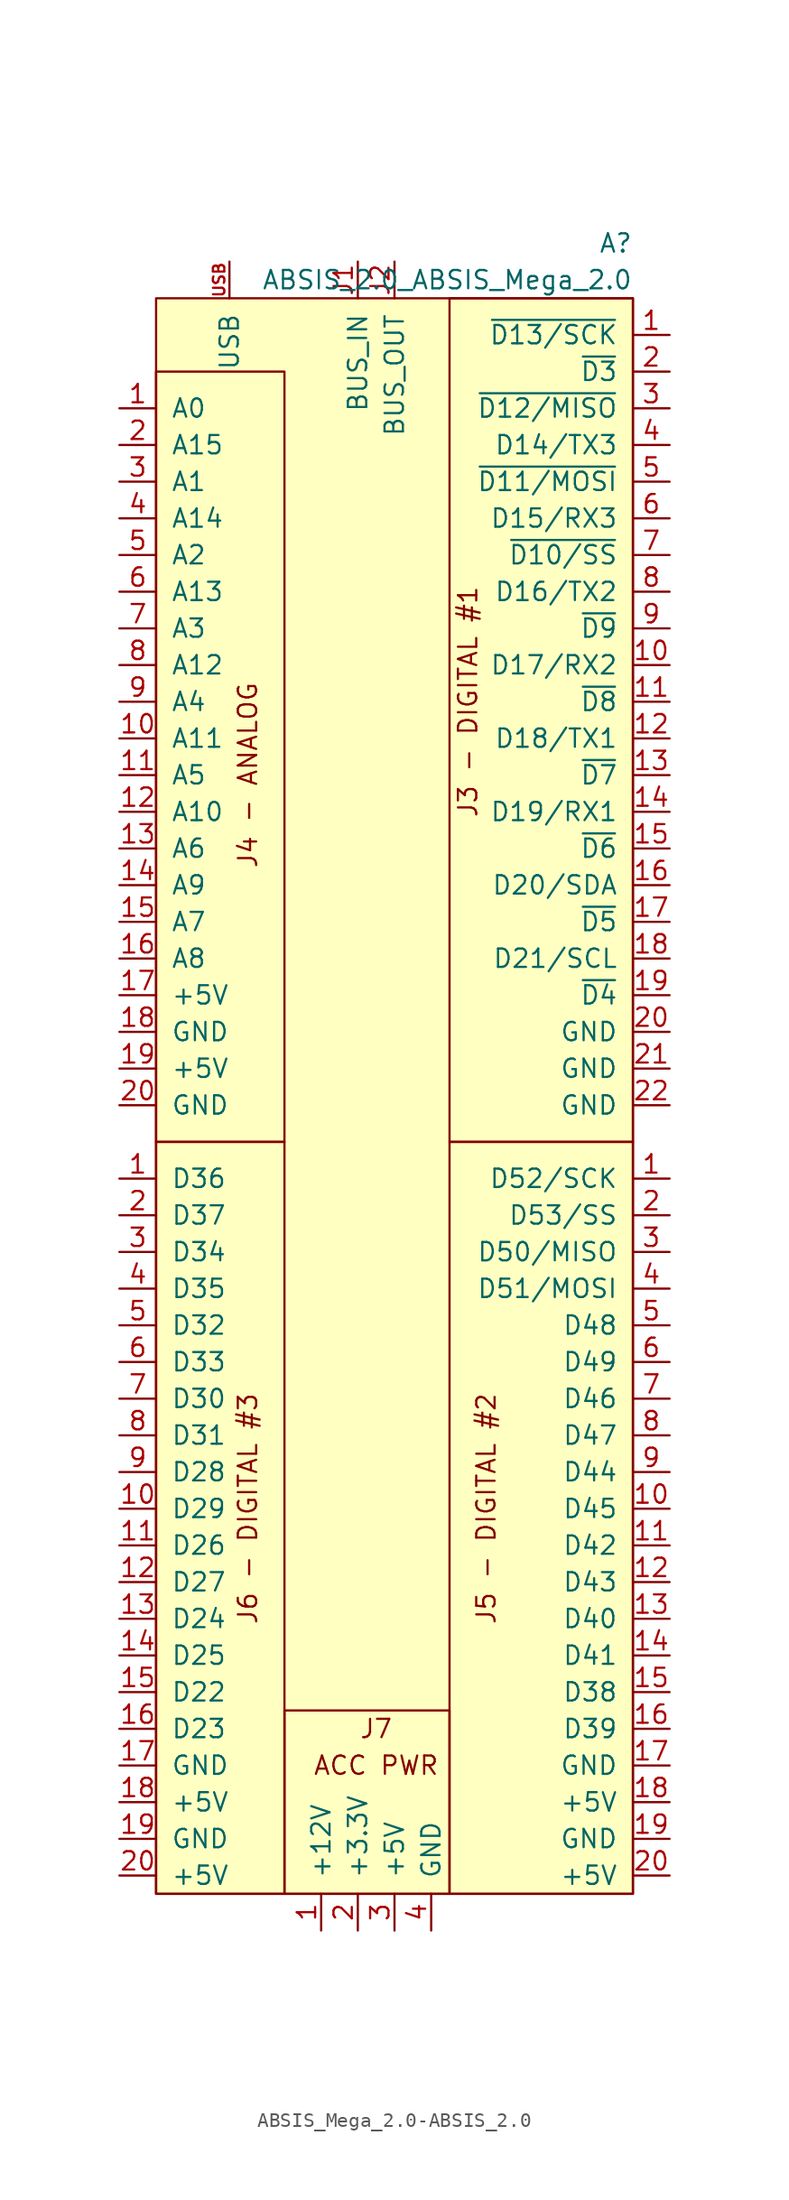
<source format=kicad_sym>
(kicad_symbol_lib
  (version 20220914)
  (generator kicad_symbol_editor)
  (symbol "ABSIS_Mega_2.0-ABSIS_2.0"
    (pin_names
      (offset 1.016))
    (property "Reference" "A"
      (at 17.78 62.23 0)
      (effects (font (size 1.27 1.27)) (justify right)))
    (property "Value" "ABSIS_2.0_ABSIS_Mega_2.0"
      (at 17.78 59.69 0)
      (effects (font (size 1.27 1.27)) (justify right)))
    (symbol "ABSIS_Mega_2.0-ABSIS_2.0_0_0"
      (rectangle (start -15.24 0) (end -6.35 53.34) (stroke (width 0) (type solid)) (fill (type none)))
      (rectangle (start -6.35 -52.07) (end -15.24 0) (stroke (width 0) (type solid)) (fill (type none)))
      (rectangle (start -6.35 -39.37) (end 5.08 -52.07) (stroke (width 0) (type solid)) (fill (type none)))
      (rectangle (start 17.78 0) (end 5.08 -52.07) (stroke (width 0) (type solid)) (fill (type none)))
      (rectangle (start 17.78 58.42) (end -15.24 -52.07) (stroke (width 0) (type solid)) (fill (type background)))
      (rectangle (start 17.78 58.42) (end 5.08 0) (stroke (width 0) (type solid)) (fill (type none)))
      (text "ACC PWR" (at 0 -43.18 0) (effects (font (size 1.27 1.27))))
      (text "J3 - DIGITAL #1" (at 6.35 30.48 900) (effects (font (size 1.27 1.27))))
      (text "J4 - ANALOG" (at -8.89 25.4 900) (effects (font (size 1.27 1.27))))
      (text "J5 - DIGITAL #2" (at 7.62 -25.4 900) (effects (font (size 1.27 1.27))))
      (text "J6 - DIGITAL #3" (at -8.89 -25.4 900) (effects (font (size 1.27 1.27))))
      (text "J7" (at 0 -40.64 0) (effects (font (size 1.27 1.27))))
      (pin unspecified line (at -3.81 -54.61 90) (length 2.54) (name "+12V" (effects (font (size 1.27 1.27)))) (number "1" (effects (font (size 1.27 1.27)))))
      (pin unspecified line (at -17.78 50.8 0) (length 2.54) (name "A0" (effects (font (size 1.27 1.27)))) (number "1" (effects (font (size 1.27 1.27)))))
      (pin unspecified line (at -17.78 -2.54 0) (length 2.54) (name "D36" (effects (font (size 1.27 1.27)))) (number "1" (effects (font (size 1.27 1.27)))))
      (pin unspecified line (at 20.32 -2.54 180) (length 2.54) (name "D52/SCK" (effects (font (size 1.27 1.27)))) (number "1" (effects (font (size 1.27 1.27)))))
      (pin unspecified line (at 20.32 55.88 180) (length 2.54) (name "~{D13/SCK}" (effects (font (size 1.27 1.27)))) (number "1" (effects (font (size 1.27 1.27)))))
      (pin unspecified line (at -17.78 27.94 0) (length 2.54) (name "A11" (effects (font (size 1.27 1.27)))) (number "10" (effects (font (size 1.27 1.27)))))
      (pin unspecified line (at 20.32 33.02 180) (length 2.54) (name "D17/RX2" (effects (font (size 1.27 1.27)))) (number "10" (effects (font (size 1.27 1.27)))))
      (pin unspecified line (at -17.78 -25.4 0) (length 2.54) (name "D29" (effects (font (size 1.27 1.27)))) (number "10" (effects (font (size 1.27 1.27)))))
      (pin unspecified line (at 20.32 -25.4 180) (length 2.54) (name "D45" (effects (font (size 1.27 1.27)))) (number "10" (effects (font (size 1.27 1.27)))))
      (pin unspecified line (at -17.78 25.4 0) (length 2.54) (name "A5" (effects (font (size 1.27 1.27)))) (number "11" (effects (font (size 1.27 1.27)))))
      (pin unspecified line (at -17.78 -27.94 0) (length 2.54) (name "D26" (effects (font (size 1.27 1.27)))) (number "11" (effects (font (size 1.27 1.27)))))
      (pin unspecified line (at 20.32 -27.94 180) (length 2.54) (name "D42" (effects (font (size 1.27 1.27)))) (number "11" (effects (font (size 1.27 1.27)))))
      (pin unspecified line (at 20.32 30.48 180) (length 2.54) (name "~{D8}" (effects (font (size 1.27 1.27)))) (number "11" (effects (font (size 1.27 1.27)))))
      (pin unspecified line (at -17.78 22.86 0) (length 2.54) (name "A10" (effects (font (size 1.27 1.27)))) (number "12" (effects (font (size 1.27 1.27)))))
      (pin unspecified line (at 20.32 27.94 180) (length 2.54) (name "D18/TX1" (effects (font (size 1.27 1.27)))) (number "12" (effects (font (size 1.27 1.27)))))
      (pin unspecified line (at -17.78 -30.48 0) (length 2.54) (name "D27" (effects (font (size 1.27 1.27)))) (number "12" (effects (font (size 1.27 1.27)))))
      (pin unspecified line (at 20.32 -30.48 180) (length 2.54) (name "D43" (effects (font (size 1.27 1.27)))) (number "12" (effects (font (size 1.27 1.27)))))
      (pin unspecified line (at -17.78 20.32 0) (length 2.54) (name "A6" (effects (font (size 1.27 1.27)))) (number "13" (effects (font (size 1.27 1.27)))))
      (pin unspecified line (at -17.78 -33.02 0) (length 2.54) (name "D24" (effects (font (size 1.27 1.27)))) (number "13" (effects (font (size 1.27 1.27)))))
      (pin unspecified line (at 20.32 -33.02 180) (length 2.54) (name "D40" (effects (font (size 1.27 1.27)))) (number "13" (effects (font (size 1.27 1.27)))))
      (pin unspecified line (at 20.32 25.4 180) (length 2.54) (name "~{D7}" (effects (font (size 1.27 1.27)))) (number "13" (effects (font (size 1.27 1.27)))))
      (pin unspecified line (at -17.78 17.78 0) (length 2.54) (name "A9" (effects (font (size 1.27 1.27)))) (number "14" (effects (font (size 1.27 1.27)))))
      (pin unspecified line (at 20.32 22.86 180) (length 2.54) (name "D19/RX1" (effects (font (size 1.27 1.27)))) (number "14" (effects (font (size 1.27 1.27)))))
      (pin unspecified line (at -17.78 -35.56 0) (length 2.54) (name "D25" (effects (font (size 1.27 1.27)))) (number "14" (effects (font (size 1.27 1.27)))))
      (pin unspecified line (at 20.32 -35.56 180) (length 2.54) (name "D41" (effects (font (size 1.27 1.27)))) (number "14" (effects (font (size 1.27 1.27)))))
      (pin unspecified line (at -17.78 15.24 0) (length 2.54) (name "A7" (effects (font (size 1.27 1.27)))) (number "15" (effects (font (size 1.27 1.27)))))
      (pin unspecified line (at -17.78 -38.1 0) (length 2.54) (name "D22" (effects (font (size 1.27 1.27)))) (number "15" (effects (font (size 1.27 1.27)))))
      (pin unspecified line (at 20.32 -38.1 180) (length 2.54) (name "D38" (effects (font (size 1.27 1.27)))) (number "15" (effects (font (size 1.27 1.27)))))
      (pin unspecified line (at 20.32 20.32 180) (length 2.54) (name "~{D6}" (effects (font (size 1.27 1.27)))) (number "15" (effects (font (size 1.27 1.27)))))
      (pin unspecified line (at -17.78 12.7 0) (length 2.54) (name "A8" (effects (font (size 1.27 1.27)))) (number "16" (effects (font (size 1.27 1.27)))))
      (pin unspecified line (at 20.32 17.78 180) (length 2.54) (name "D20/SDA" (effects (font (size 1.27 1.27)))) (number "16" (effects (font (size 1.27 1.27)))))
      (pin unspecified line (at -17.78 -40.64 0) (length 2.54) (name "D23" (effects (font (size 1.27 1.27)))) (number "16" (effects (font (size 1.27 1.27)))))
      (pin unspecified line (at 20.32 -40.64 180) (length 2.54) (name "D39" (effects (font (size 1.27 1.27)))) (number "16" (effects (font (size 1.27 1.27)))))
      (pin unspecified line (at -17.78 10.16 0) (length 2.54) (name "+5V" (effects (font (size 1.27 1.27)))) (number "17" (effects (font (size 1.27 1.27)))))
      (pin unspecified line (at -17.78 -43.18 0) (length 2.54) (name "GND" (effects (font (size 1.27 1.27)))) (number "17" (effects (font (size 1.27 1.27)))))
      (pin unspecified line (at 20.32 -43.18 180) (length 2.54) (name "GND" (effects (font (size 1.27 1.27)))) (number "17" (effects (font (size 1.27 1.27)))))
      (pin unspecified line (at 20.32 15.24 180) (length 2.54) (name "~{D5}" (effects (font (size 1.27 1.27)))) (number "17" (effects (font (size 1.27 1.27)))))
      (pin unspecified line (at -17.78 -45.72 0) (length 2.54) (name "+5V" (effects (font (size 1.27 1.27)))) (number "18" (effects (font (size 1.27 1.27)))))
      (pin unspecified line (at 20.32 -45.72 180) (length 2.54) (name "+5V" (effects (font (size 1.27 1.27)))) (number "18" (effects (font (size 1.27 1.27)))))
      (pin unspecified line (at 20.32 12.7 180) (length 2.54) (name "D21/SCL" (effects (font (size 1.27 1.27)))) (number "18" (effects (font (size 1.27 1.27)))))
      (pin unspecified line (at -17.78 7.62 0) (length 2.54) (name "GND" (effects (font (size 1.27 1.27)))) (number "18" (effects (font (size 1.27 1.27)))))
      (pin unspecified line (at -17.78 5.08 0) (length 2.54) (name "+5V" (effects (font (size 1.27 1.27)))) (number "19" (effects (font (size 1.27 1.27)))))
      (pin unspecified line (at -17.78 -48.26 0) (length 2.54) (name "GND" (effects (font (size 1.27 1.27)))) (number "19" (effects (font (size 1.27 1.27)))))
      (pin unspecified line (at 20.32 -48.26 180) (length 2.54) (name "GND" (effects (font (size 1.27 1.27)))) (number "19" (effects (font (size 1.27 1.27)))))
      (pin unspecified line (at 20.32 10.16 180) (length 2.54) (name "~{D4}" (effects (font (size 1.27 1.27)))) (number "19" (effects (font (size 1.27 1.27)))))
      (pin unspecified line (at -1.27 -54.61 90) (length 2.54) (name "+3.3V" (effects (font (size 1.27 1.27)))) (number "2" (effects (font (size 1.27 1.27)))))
      (pin unspecified line (at -17.78 48.26 0) (length 2.54) (name "A15" (effects (font (size 1.27 1.27)))) (number "2" (effects (font (size 1.27 1.27)))))
      (pin unspecified line (at -17.78 -5.08 0) (length 2.54) (name "D37" (effects (font (size 1.27 1.27)))) (number "2" (effects (font (size 1.27 1.27)))))
      (pin unspecified line (at 20.32 -5.08 180) (length 2.54) (name "D53/SS" (effects (font (size 1.27 1.27)))) (number "2" (effects (font (size 1.27 1.27)))))
      (pin unspecified line (at 20.32 53.34 180) (length 2.54) (name "~{D3}" (effects (font (size 1.27 1.27)))) (number "2" (effects (font (size 1.27 1.27)))))
      (pin unspecified line (at -17.78 -50.8 0) (length 2.54) (name "+5V" (effects (font (size 1.27 1.27)))) (number "20" (effects (font (size 1.27 1.27)))))
      (pin unspecified line (at 20.32 -50.8 180) (length 2.54) (name "+5V" (effects (font (size 1.27 1.27)))) (number "20" (effects (font (size 1.27 1.27)))))
      (pin unspecified line (at -17.78 2.54 0) (length 2.54) (name "GND" (effects (font (size 1.27 1.27)))) (number "20" (effects (font (size 1.27 1.27)))))
      (pin unspecified line (at 20.32 7.62 180) (length 2.54) (name "GND" (effects (font (size 1.27 1.27)))) (number "20" (effects (font (size 1.27 1.27)))))
      (pin unspecified line (at 20.32 5.08 180) (length 2.54) (name "GND" (effects (font (size 1.27 1.27)))) (number "21" (effects (font (size 1.27 1.27)))))
      (pin unspecified line (at 20.32 2.54 180) (length 2.54) (name "GND" (effects (font (size 1.27 1.27)))) (number "22" (effects (font (size 1.27 1.27)))))
      (pin unspecified line (at 1.27 -54.61 90) (length 2.54) (name "+5V" (effects (font (size 1.27 1.27)))) (number "3" (effects (font (size 1.27 1.27)))))
      (pin unspecified line (at -17.78 45.72 0) (length 2.54) (name "A1" (effects (font (size 1.27 1.27)))) (number "3" (effects (font (size 1.27 1.27)))))
      (pin unspecified line (at -17.78 -7.62 0) (length 2.54) (name "D34" (effects (font (size 1.27 1.27)))) (number "3" (effects (font (size 1.27 1.27)))))
      (pin unspecified line (at 20.32 -7.62 180) (length 2.54) (name "D50/MISO" (effects (font (size 1.27 1.27)))) (number "3" (effects (font (size 1.27 1.27)))))
      (pin unspecified line (at 20.32 50.8 180) (length 2.54) (name "~{D12/MISO}" (effects (font (size 1.27 1.27)))) (number "3" (effects (font (size 1.27 1.27)))))
      (pin unspecified line (at -17.78 43.18 0) (length 2.54) (name "A14" (effects (font (size 1.27 1.27)))) (number "4" (effects (font (size 1.27 1.27)))))
      (pin unspecified line (at 20.32 48.26 180) (length 2.54) (name "D14/TX3" (effects (font (size 1.27 1.27)))) (number "4" (effects (font (size 1.27 1.27)))))
      (pin unspecified line (at -17.78 -10.16 0) (length 2.54) (name "D35" (effects (font (size 1.27 1.27)))) (number "4" (effects (font (size 1.27 1.27)))))
      (pin unspecified line (at 20.32 -10.16 180) (length 2.54) (name "D51/MOSI" (effects (font (size 1.27 1.27)))) (number "4" (effects (font (size 1.27 1.27)))))
      (pin unspecified line (at 3.81 -54.61 90) (length 2.54) (name "GND" (effects (font (size 1.27 1.27)))) (number "4" (effects (font (size 1.27 1.27)))))
      (pin unspecified line (at -17.78 40.64 0) (length 2.54) (name "A2" (effects (font (size 1.27 1.27)))) (number "5" (effects (font (size 1.27 1.27)))))
      (pin unspecified line (at -17.78 -12.7 0) (length 2.54) (name "D32" (effects (font (size 1.27 1.27)))) (number "5" (effects (font (size 1.27 1.27)))))
      (pin unspecified line (at 20.32 -12.7 180) (length 2.54) (name "D48" (effects (font (size 1.27 1.27)))) (number "5" (effects (font (size 1.27 1.27)))))
      (pin unspecified line (at 20.32 45.72 180) (length 2.54) (name "~{D11/MOSI}" (effects (font (size 1.27 1.27)))) (number "5" (effects (font (size 1.27 1.27)))))
      (pin unspecified line (at -17.78 38.1 0) (length 2.54) (name "A13" (effects (font (size 1.27 1.27)))) (number "6" (effects (font (size 1.27 1.27)))))
      (pin unspecified line (at 20.32 43.18 180) (length 2.54) (name "D15/RX3" (effects (font (size 1.27 1.27)))) (number "6" (effects (font (size 1.27 1.27)))))
      (pin unspecified line (at -17.78 -15.24 0) (length 2.54) (name "D33" (effects (font (size 1.27 1.27)))) (number "6" (effects (font (size 1.27 1.27)))))
      (pin unspecified line (at 20.32 -15.24 180) (length 2.54) (name "D49" (effects (font (size 1.27 1.27)))) (number "6" (effects (font (size 1.27 1.27)))))
      (pin unspecified line (at -17.78 35.56 0) (length 2.54) (name "A3" (effects (font (size 1.27 1.27)))) (number "7" (effects (font (size 1.27 1.27)))))
      (pin unspecified line (at -17.78 -17.78 0) (length 2.54) (name "D30" (effects (font (size 1.27 1.27)))) (number "7" (effects (font (size 1.27 1.27)))))
      (pin unspecified line (at 20.32 -17.78 180) (length 2.54) (name "D46" (effects (font (size 1.27 1.27)))) (number "7" (effects (font (size 1.27 1.27)))))
      (pin unspecified line (at 20.32 40.64 180) (length 2.54) (name "~{D10/SS}" (effects (font (size 1.27 1.27)))) (number "7" (effects (font (size 1.27 1.27)))))
      (pin unspecified line (at -17.78 33.02 0) (length 2.54) (name "A12" (effects (font (size 1.27 1.27)))) (number "8" (effects (font (size 1.27 1.27)))))
      (pin unspecified line (at 20.32 38.1 180) (length 2.54) (name "D16/TX2" (effects (font (size 1.27 1.27)))) (number "8" (effects (font (size 1.27 1.27)))))
      (pin unspecified line (at -17.78 -20.32 0) (length 2.54) (name "D31" (effects (font (size 1.27 1.27)))) (number "8" (effects (font (size 1.27 1.27)))))
      (pin unspecified line (at 20.32 -20.32 180) (length 2.54) (name "D47" (effects (font (size 1.27 1.27)))) (number "8" (effects (font (size 1.27 1.27)))))
      (pin unspecified line (at -17.78 30.48 0) (length 2.54) (name "A4" (effects (font (size 1.27 1.27)))) (number "9" (effects (font (size 1.27 1.27)))))
      (pin unspecified line (at -17.78 -22.86 0) (length 2.54) (name "D28" (effects (font (size 1.27 1.27)))) (number "9" (effects (font (size 1.27 1.27)))))
      (pin unspecified line (at 20.32 -22.86 180) (length 2.54) (name "D44" (effects (font (size 1.27 1.27)))) (number "9" (effects (font (size 1.27 1.27)))))
      (pin unspecified line (at 20.32 35.56 180) (length 2.54) (name "~{D9}" (effects (font (size 1.27 1.27)))) (number "9" (effects (font (size 1.27 1.27)))))
      (pin unspecified line (at -1.27 60.96 270) (length 2.54) (name "BUS_IN" (effects (font (size 1.27 1.27)))) (number "J1" (effects (font (size 1.27 1.27)))))
      (pin unspecified line (at 1.27 60.96 270) (length 2.54) (name "BUS_OUT" (effects (font (size 1.27 1.27)))) (number "J2" (effects (font (size 1.27 1.27)))))
      (pin unspecified line (at -10.16 60.96 270) (length 2.54) (name "USB" (effects (font (size 1.27 1.27)))) (number "USB" (effects (font (size 0.787 0.787))))))))
</source>
